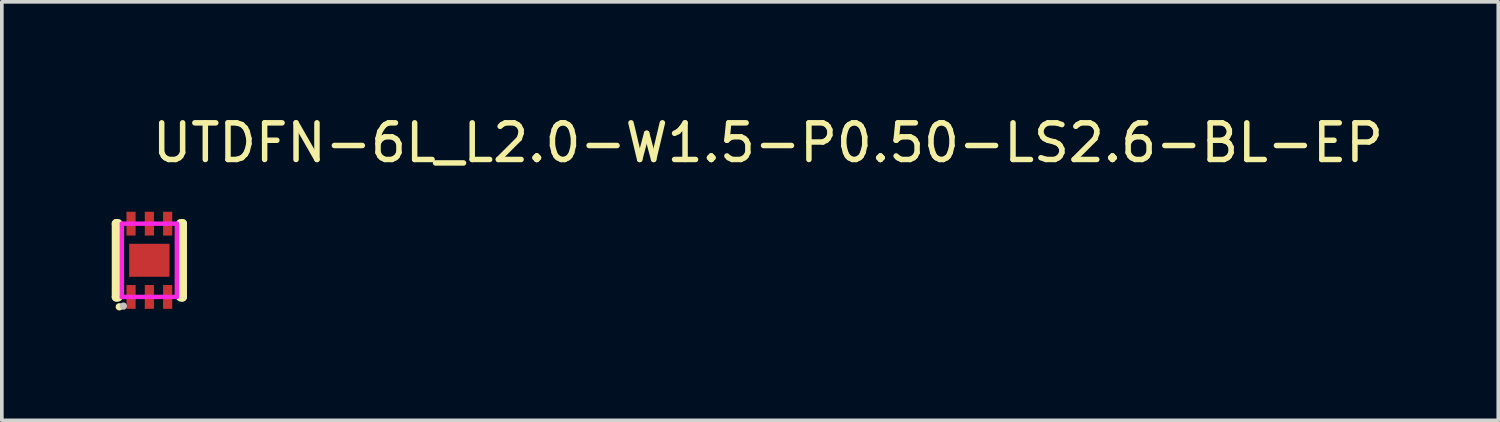
<source format=kicad_pcb>
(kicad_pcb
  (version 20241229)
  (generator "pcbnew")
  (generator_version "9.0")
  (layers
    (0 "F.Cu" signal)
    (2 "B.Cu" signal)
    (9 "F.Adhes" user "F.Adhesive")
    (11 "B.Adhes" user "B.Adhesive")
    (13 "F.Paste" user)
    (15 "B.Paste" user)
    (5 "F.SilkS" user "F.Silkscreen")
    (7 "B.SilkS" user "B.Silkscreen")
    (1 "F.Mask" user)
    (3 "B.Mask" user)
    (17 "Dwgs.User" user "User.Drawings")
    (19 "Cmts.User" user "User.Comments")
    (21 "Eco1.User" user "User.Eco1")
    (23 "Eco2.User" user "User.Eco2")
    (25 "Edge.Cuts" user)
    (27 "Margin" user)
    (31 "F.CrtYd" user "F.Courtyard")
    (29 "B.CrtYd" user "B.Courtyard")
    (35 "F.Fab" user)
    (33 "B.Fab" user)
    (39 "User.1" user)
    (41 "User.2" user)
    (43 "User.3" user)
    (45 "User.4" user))
  (footprint "UTDFN-6L_L2.0-W1.5-P0.50-LS2.6-BL-EP"
    (layer "F.Cu")
    (at 1.027 4.055)
    (property "Reference" "UTDFN-6L_L2.0-W1.5-P0.50-LS2.6-BL-EP" (at 0 -3.207 0) (layer "F.SilkS") (effects (font (size 1 1) (thickness 0.15)) (justify left)))
    (attr through_hole)
    (fp_line (start -0.9 -1) (end -0.9 1) (stroke (width 0.254) (type solid)) (layer "F.SilkS"))
    (fp_line (start -0.9 -1) (end -0.856 -1) (stroke (width 0.254) (type solid)) (layer "F.SilkS"))
    (fp_line (start -0.9 1) (end -0.856 1) (stroke (width 0.254) (type solid)) (layer "F.SilkS"))
    (fp_line (start 0.856 -1) (end 0.9 -1) (stroke (width 0.254) (type solid)) (layer "F.SilkS"))
    (fp_line (start 0.856 1) (end 0.9 1) (stroke (width 0.254) (type solid)) (layer "F.SilkS"))
    (fp_line (start 0.9 -1) (end 0.9 1) (stroke (width 0.254) (type solid)) (layer "F.SilkS"))
    (fp_circle (center -0.82 1.27) (end -0.77 1.27) (stroke (width 0.1) (type solid)) (fill no) (layer "F.SilkS"))
    (fp_circle (center -0.71 1.25) (end -0.66 1.25) (stroke (width 0.1) (type solid)) (fill no) (layer "Dwgs.User"))
    (fp_circle (center -0.75 1) (end -0.72 1) (stroke (width 0.06) (type solid)) (fill no) (layer "Eco2.User"))
    (fp_poly (pts (xy -0.6 -1) (xy -0.4 -1) (xy -0.4 -0.7) (xy -0.6 -0.7)) (stroke (width 0.12) (type solid)) (fill no) (layer "Eco2.User"))
    (fp_poly (pts (xy -0.6 0.7) (xy -0.4 0.7) (xy -0.4 1) (xy -0.6 1)) (stroke (width 0.12) (type solid)) (fill no) (layer "Eco2.User"))
    (fp_poly (pts (xy -0.55 0.45) (xy -0.55 -0.45) (xy 0.55 -0.45) (xy 0.55 0.45)) (stroke (width 0.12) (type solid)) (fill no) (layer "Eco2.User"))
    (fp_poly (pts (xy -0.1 -1) (xy 0.1 -1) (xy 0.1 -0.7) (xy -0.1 -0.7)) (stroke (width 0.12) (type solid)) (fill no) (layer "Eco2.User"))
    (fp_poly (pts (xy -0.1 0.7) (xy 0.1 0.7) (xy 0.1 1) (xy -0.1 1)) (stroke (width 0.12) (type solid)) (fill no) (layer "Eco2.User"))
    (fp_poly (pts (xy 0.4 -1) (xy 0.6 -1) (xy 0.6 -0.7) (xy 0.4 -0.7)) (stroke (width 0.12) (type solid)) (fill no) (layer "Eco2.User"))
    (fp_poly (pts (xy 0.4 0.7) (xy 0.6 0.7) (xy 0.6 1) (xy 0.4 1)) (stroke (width 0.12) (type solid)) (fill no) (layer "Eco2.User"))
    (fp_line (start -0.75 -1) (end 0.75 -1) (stroke (width 0.12) (type solid)) (layer "F.CrtYd"))
    (fp_line (start -0.75 1) (end -0.75 -1) (stroke (width 0.12) (type solid)) (layer "F.CrtYd"))
    (fp_line (start 0.75 -1) (end 0.75 1) (stroke (width 0.12) (type solid)) (layer "F.CrtYd"))
    (fp_line (start 0.75 1) (end -0.75 1) (stroke (width 0.12) (type solid)) (layer "F.CrtYd"))
    (pad "1" smd rect (at -0.5 1) (size 0.25 0.65) (layers "F.Cu" "F.Mask" "F.Paste"))
    (pad "2" smd rect (at 0 1) (size 0.25 0.65) (layers "F.Cu" "F.Mask" "F.Paste"))
    (pad "3" smd rect (at 0.5 1) (size 0.25 0.65) (layers "F.Cu" "F.Mask" "F.Paste"))
    (pad "4" smd rect (at 0.5 -1) (size 0.25 0.65) (layers "F.Cu" "F.Mask" "F.Paste"))
    (pad "5" smd rect (at 0 -1) (size 0.25 0.65) (layers "F.Cu" "F.Mask" "F.Paste"))
    (pad "6" smd rect (at -0.5 -1) (size 0.25 0.65) (layers "F.Cu" "F.Mask" "F.Paste"))
    (pad "7" smd rect (at 0 0 90) (size 0.9 1.1) (layers "F.Cu" "F.Mask" "F.Paste")))
  (gr_rect
    (start -3 -3)
    (end 37.848 8.425)
    (stroke (width 0.1) (type default))
    (fill no)
    (layer "Edge.Cuts")))
</source>
